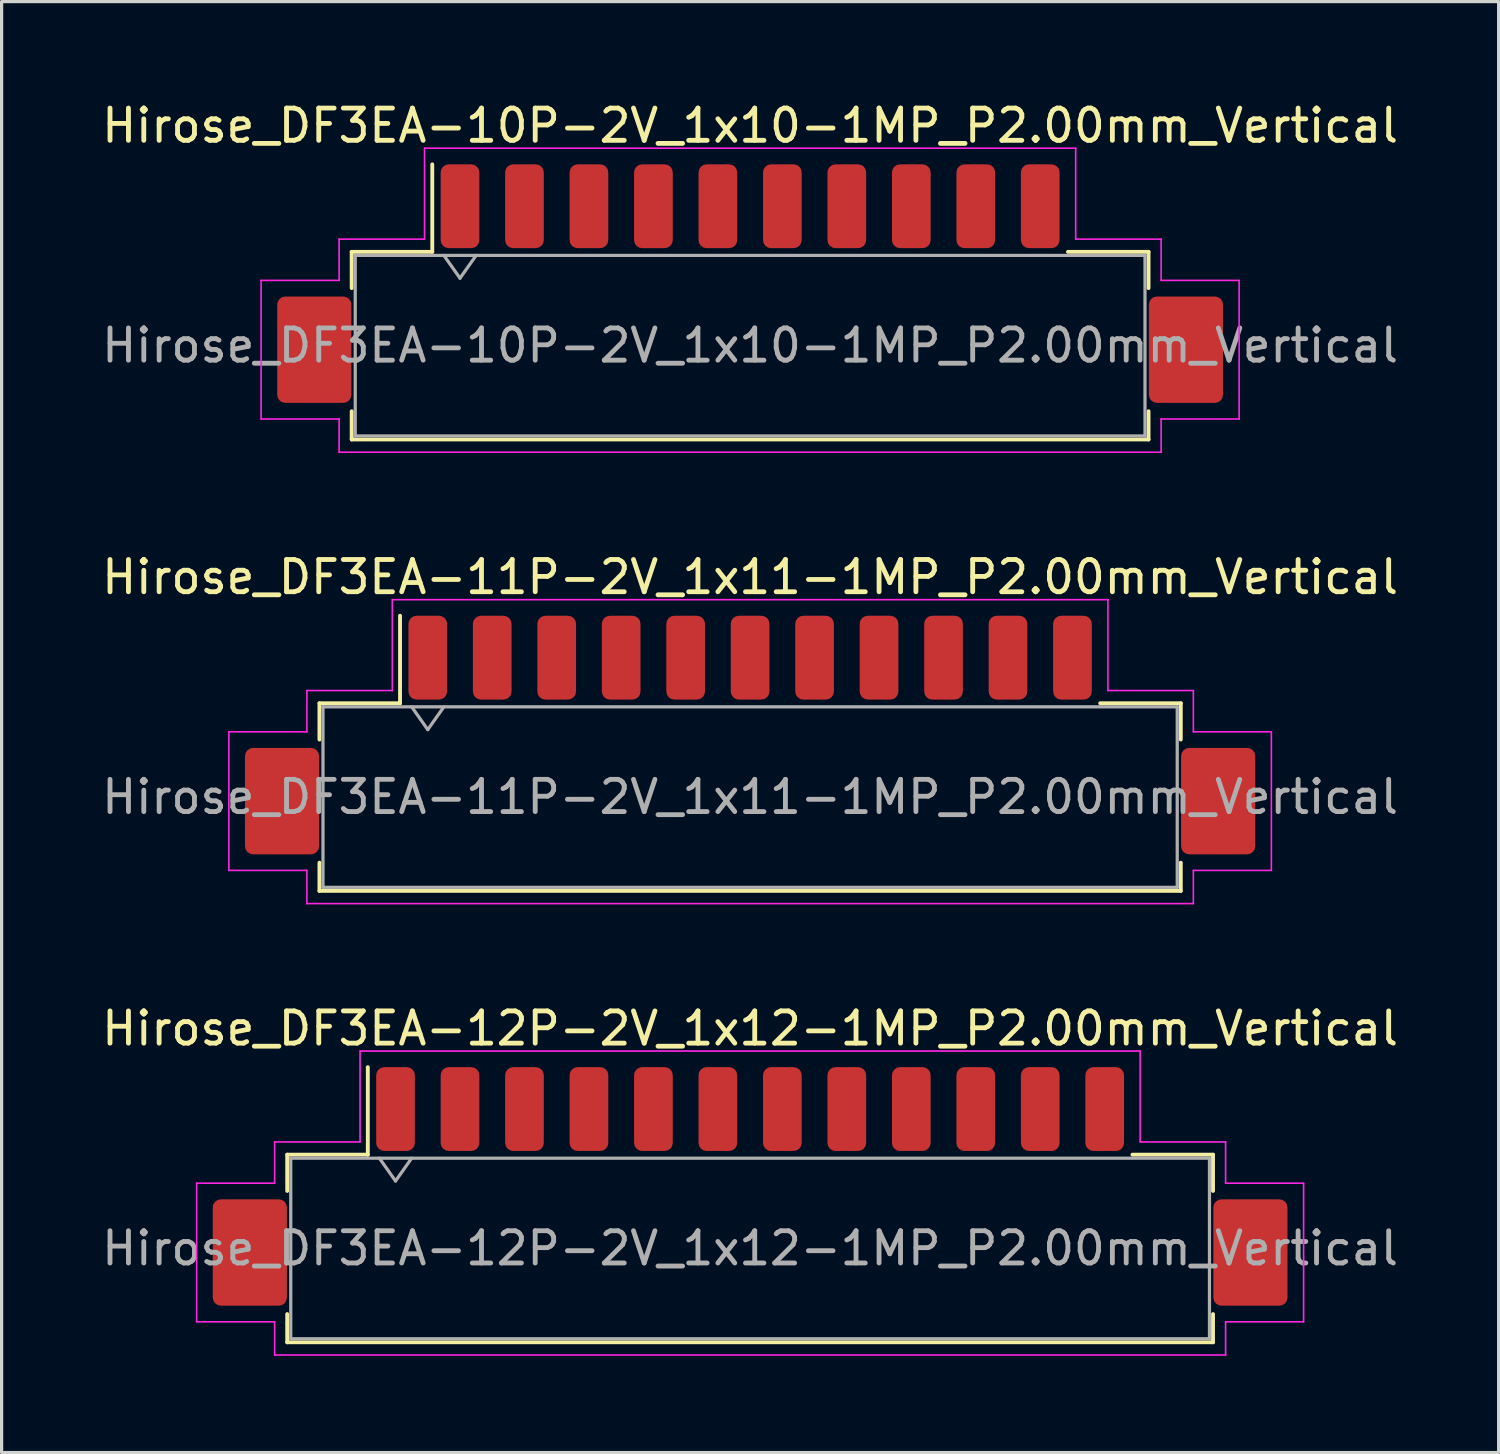
<source format=kicad_pcb>
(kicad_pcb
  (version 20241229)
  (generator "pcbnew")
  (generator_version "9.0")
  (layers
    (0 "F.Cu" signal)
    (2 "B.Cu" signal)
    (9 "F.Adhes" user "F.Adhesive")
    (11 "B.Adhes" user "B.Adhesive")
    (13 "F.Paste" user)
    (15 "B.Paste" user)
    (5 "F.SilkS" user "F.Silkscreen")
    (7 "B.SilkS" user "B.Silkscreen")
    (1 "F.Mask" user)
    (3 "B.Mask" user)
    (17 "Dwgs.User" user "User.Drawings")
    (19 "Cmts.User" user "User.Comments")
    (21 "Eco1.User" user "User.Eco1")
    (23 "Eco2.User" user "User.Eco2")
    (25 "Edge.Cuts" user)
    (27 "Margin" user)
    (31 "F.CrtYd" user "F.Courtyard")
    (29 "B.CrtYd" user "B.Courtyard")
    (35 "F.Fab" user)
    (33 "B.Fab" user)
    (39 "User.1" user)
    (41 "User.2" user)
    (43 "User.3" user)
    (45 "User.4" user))
  (footprint "Hirose_DF3EA-11P-2V_1x11-1MP_P2.00mm_Vertical"
    (layer "F.Cu")
    (at 20.22 19.752)
    (property "Reference" "Hirose_DF3EA-11P-2V_1x11-1MP_P2.00mm_Vertical" (at 0 -4.9 0) (layer "F.SilkS") (effects (font (size 1 1) (thickness 0.15))))
    (attr smd)
    (fp_line (start -13.36 -0.985) (end -10.86 -0.985) (stroke (width 0.12) (type solid)) (layer "F.SilkS"))
    (fp_line (start -13.36 0.14) (end -13.36 -0.985) (stroke (width 0.12) (type solid)) (layer "F.SilkS"))
    (fp_line (start -13.36 3.96) (end -13.36 4.835) (stroke (width 0.12) (type solid)) (layer "F.SilkS"))
    (fp_line (start -13.36 4.835) (end 13.36 4.835) (stroke (width 0.12) (type solid)) (layer "F.SilkS"))
    (fp_line (start -10.86 -0.985) (end -10.86 -3.7) (stroke (width 0.12) (type solid)) (layer "F.SilkS"))
    (fp_line (start 13.36 -0.985) (end 10.86 -0.985) (stroke (width 0.12) (type solid)) (layer "F.SilkS"))
    (fp_line (start 13.36 0.14) (end 13.36 -0.985) (stroke (width 0.12) (type solid)) (layer "F.SilkS"))
    (fp_line (start 13.36 4.835) (end 13.36 3.96) (stroke (width 0.12) (type solid)) (layer "F.SilkS"))
    (fp_line (start -16.17 -0.1) (end -13.75 -0.1) (stroke (width 0.05) (type solid)) (layer "F.CrtYd"))
    (fp_line (start -16.17 4.2) (end -16.17 -0.1) (stroke (width 0.05) (type solid)) (layer "F.CrtYd"))
    (fp_line (start -13.75 -1.38) (end -11.1 -1.38) (stroke (width 0.05) (type solid)) (layer "F.CrtYd"))
    (fp_line (start -13.75 -0.1) (end -13.75 -1.38) (stroke (width 0.05) (type solid)) (layer "F.CrtYd"))
    (fp_line (start -13.75 4.2) (end -16.17 4.2) (stroke (width 0.05) (type solid)) (layer "F.CrtYd"))
    (fp_line (start -13.75 5.23) (end -13.75 4.2) (stroke (width 0.05) (type solid)) (layer "F.CrtYd"))
    (fp_line (start -11.1 -4.2) (end 11.1 -4.2) (stroke (width 0.05) (type solid)) (layer "F.CrtYd"))
    (fp_line (start -11.1 -1.38) (end -11.1 -4.2) (stroke (width 0.05) (type solid)) (layer "F.CrtYd"))
    (fp_line (start 11.1 -4.2) (end 11.1 -1.38) (stroke (width 0.05) (type solid)) (layer "F.CrtYd"))
    (fp_line (start 11.1 -1.38) (end 13.75 -1.38) (stroke (width 0.05) (type solid)) (layer "F.CrtYd"))
    (fp_line (start 13.75 -1.38) (end 13.75 -0.1) (stroke (width 0.05) (type solid)) (layer "F.CrtYd"))
    (fp_line (start 13.75 -0.1) (end 16.17 -0.1) (stroke (width 0.05) (type solid)) (layer "F.CrtYd"))
    (fp_line (start 13.75 4.2) (end 13.75 5.23) (stroke (width 0.05) (type solid)) (layer "F.CrtYd"))
    (fp_line (start 13.75 5.23) (end -13.75 5.23) (stroke (width 0.05) (type solid)) (layer "F.CrtYd"))
    (fp_line (start 16.17 -0.1) (end 16.17 4.2) (stroke (width 0.05) (type solid)) (layer "F.CrtYd"))
    (fp_line (start 16.17 4.2) (end 13.75 4.2) (stroke (width 0.05) (type solid)) (layer "F.CrtYd"))
    (fp_line (start -13.25 -0.875) (end -13.25 4.725) (stroke (width 0.1) (type solid)) (layer "F.Fab"))
    (fp_line (start -13.25 -0.875) (end 13.25 -0.875) (stroke (width 0.1) (type solid)) (layer "F.Fab"))
    (fp_line (start -13.25 4.725) (end 13.25 4.725) (stroke (width 0.1) (type solid)) (layer "F.Fab"))
    (fp_line (start -10.5 -0.875) (end -10 -0.168) (stroke (width 0.1) (type solid)) (layer "F.Fab"))
    (fp_line (start -10 -0.168) (end -9.5 -0.875) (stroke (width 0.1) (type solid)) (layer "F.Fab"))
    (fp_line (start 13.25 -0.875) (end 13.25 4.725) (stroke (width 0.1) (type solid)) (layer "F.Fab"))
    (fp_text user "${REFERENCE}" (at 0 1.92 0) (layer "F.Fab") (effects (font (size 1 1) (thickness 0.15))))
    (pad "1" smd roundrect (at -10 -2.4) (size 1.2 2.6) (layers "F.Cu" "F.Mask" "F.Paste") (roundrect_rratio 0.208))
    (pad "2" smd roundrect (at -8 -2.4) (size 1.2 2.6) (layers "F.Cu" "F.Mask" "F.Paste") (roundrect_rratio 0.208))
    (pad "3" smd roundrect (at -6 -2.4) (size 1.2 2.6) (layers "F.Cu" "F.Mask" "F.Paste") (roundrect_rratio 0.208))
    (pad "4" smd roundrect (at -4 -2.4) (size 1.2 2.6) (layers "F.Cu" "F.Mask" "F.Paste") (roundrect_rratio 0.208))
    (pad "5" smd roundrect (at -2 -2.4) (size 1.2 2.6) (layers "F.Cu" "F.Mask" "F.Paste") (roundrect_rratio 0.208))
    (pad "6" smd roundrect (at 0 -2.4) (size 1.2 2.6) (layers "F.Cu" "F.Mask" "F.Paste") (roundrect_rratio 0.208))
    (pad "7" smd roundrect (at 2 -2.4) (size 1.2 2.6) (layers "F.Cu" "F.Mask" "F.Paste") (roundrect_rratio 0.208))
    (pad "8" smd roundrect (at 4 -2.4) (size 1.2 2.6) (layers "F.Cu" "F.Mask" "F.Paste") (roundrect_rratio 0.208))
    (pad "9" smd roundrect (at 6 -2.4) (size 1.2 2.6) (layers "F.Cu" "F.Mask" "F.Paste") (roundrect_rratio 0.208))
    (pad "10" smd roundrect (at 8 -2.4) (size 1.2 2.6) (layers "F.Cu" "F.Mask" "F.Paste") (roundrect_rratio 0.208))
    (pad "11" smd roundrect (at 10 -2.4) (size 1.2 2.6) (layers "F.Cu" "F.Mask" "F.Paste") (roundrect_rratio 0.208))
    (pad "MP" smd roundrect (at -14.52 2.05) (size 2.3 3.3) (layers "F.Cu" "F.Mask" "F.Paste") (roundrect_rratio 0.109))
    (pad "MP" smd roundrect (at 14.52 2.05) (size 2.3 3.3) (layers "F.Cu" "F.Mask" "F.Paste") (roundrect_rratio 0.109)))
  (footprint "Hirose_DF3EA-12P-2V_1x12-1MP_P2.00mm_Vertical"
    (layer "F.Cu")
    (at 20.22 33.755)
    (property "Reference" "Hirose_DF3EA-12P-2V_1x12-1MP_P2.00mm_Vertical" (at 0 -4.9 0) (layer "F.SilkS") (effects (font (size 1 1) (thickness 0.15))))
    (attr smd)
    (fp_line (start -14.36 -0.985) (end -11.86 -0.985) (stroke (width 0.12) (type solid)) (layer "F.SilkS"))
    (fp_line (start -14.36 0.14) (end -14.36 -0.985) (stroke (width 0.12) (type solid)) (layer "F.SilkS"))
    (fp_line (start -14.36 3.96) (end -14.36 4.835) (stroke (width 0.12) (type solid)) (layer "F.SilkS"))
    (fp_line (start -14.36 4.835) (end 14.36 4.835) (stroke (width 0.12) (type solid)) (layer "F.SilkS"))
    (fp_line (start -11.86 -0.985) (end -11.86 -3.7) (stroke (width 0.12) (type solid)) (layer "F.SilkS"))
    (fp_line (start 14.36 -0.985) (end 11.86 -0.985) (stroke (width 0.12) (type solid)) (layer "F.SilkS"))
    (fp_line (start 14.36 0.14) (end 14.36 -0.985) (stroke (width 0.12) (type solid)) (layer "F.SilkS"))
    (fp_line (start 14.36 4.835) (end 14.36 3.96) (stroke (width 0.12) (type solid)) (layer "F.SilkS"))
    (fp_line (start -17.17 -0.1) (end -14.75 -0.1) (stroke (width 0.05) (type solid)) (layer "F.CrtYd"))
    (fp_line (start -17.17 4.2) (end -17.17 -0.1) (stroke (width 0.05) (type solid)) (layer "F.CrtYd"))
    (fp_line (start -14.75 -1.38) (end -12.1 -1.38) (stroke (width 0.05) (type solid)) (layer "F.CrtYd"))
    (fp_line (start -14.75 -0.1) (end -14.75 -1.38) (stroke (width 0.05) (type solid)) (layer "F.CrtYd"))
    (fp_line (start -14.75 4.2) (end -17.17 4.2) (stroke (width 0.05) (type solid)) (layer "F.CrtYd"))
    (fp_line (start -14.75 5.23) (end -14.75 4.2) (stroke (width 0.05) (type solid)) (layer "F.CrtYd"))
    (fp_line (start -12.1 -4.2) (end 12.1 -4.2) (stroke (width 0.05) (type solid)) (layer "F.CrtYd"))
    (fp_line (start -12.1 -1.38) (end -12.1 -4.2) (stroke (width 0.05) (type solid)) (layer "F.CrtYd"))
    (fp_line (start 12.1 -4.2) (end 12.1 -1.38) (stroke (width 0.05) (type solid)) (layer "F.CrtYd"))
    (fp_line (start 12.1 -1.38) (end 14.75 -1.38) (stroke (width 0.05) (type solid)) (layer "F.CrtYd"))
    (fp_line (start 14.75 -1.38) (end 14.75 -0.1) (stroke (width 0.05) (type solid)) (layer "F.CrtYd"))
    (fp_line (start 14.75 -0.1) (end 17.17 -0.1) (stroke (width 0.05) (type solid)) (layer "F.CrtYd"))
    (fp_line (start 14.75 4.2) (end 14.75 5.23) (stroke (width 0.05) (type solid)) (layer "F.CrtYd"))
    (fp_line (start 14.75 5.23) (end -14.75 5.23) (stroke (width 0.05) (type solid)) (layer "F.CrtYd"))
    (fp_line (start 17.17 -0.1) (end 17.17 4.2) (stroke (width 0.05) (type solid)) (layer "F.CrtYd"))
    (fp_line (start 17.17 4.2) (end 14.75 4.2) (stroke (width 0.05) (type solid)) (layer "F.CrtYd"))
    (fp_line (start -14.25 -0.875) (end -14.25 4.725) (stroke (width 0.1) (type solid)) (layer "F.Fab"))
    (fp_line (start -14.25 -0.875) (end 14.25 -0.875) (stroke (width 0.1) (type solid)) (layer "F.Fab"))
    (fp_line (start -14.25 4.725) (end 14.25 4.725) (stroke (width 0.1) (type solid)) (layer "F.Fab"))
    (fp_line (start -11.5 -0.875) (end -11 -0.168) (stroke (width 0.1) (type solid)) (layer "F.Fab"))
    (fp_line (start -11 -0.168) (end -10.5 -0.875) (stroke (width 0.1) (type solid)) (layer "F.Fab"))
    (fp_line (start 14.25 -0.875) (end 14.25 4.725) (stroke (width 0.1) (type solid)) (layer "F.Fab"))
    (fp_text user "${REFERENCE}" (at 0 1.92 0) (layer "F.Fab") (effects (font (size 1 1) (thickness 0.15))))
    (pad "1" smd roundrect (at -11 -2.4) (size 1.2 2.6) (layers "F.Cu" "F.Mask" "F.Paste") (roundrect_rratio 0.208))
    (pad "2" smd roundrect (at -9 -2.4) (size 1.2 2.6) (layers "F.Cu" "F.Mask" "F.Paste") (roundrect_rratio 0.208))
    (pad "3" smd roundrect (at -7 -2.4) (size 1.2 2.6) (layers "F.Cu" "F.Mask" "F.Paste") (roundrect_rratio 0.208))
    (pad "4" smd roundrect (at -5 -2.4) (size 1.2 2.6) (layers "F.Cu" "F.Mask" "F.Paste") (roundrect_rratio 0.208))
    (pad "5" smd roundrect (at -3 -2.4) (size 1.2 2.6) (layers "F.Cu" "F.Mask" "F.Paste") (roundrect_rratio 0.208))
    (pad "6" smd roundrect (at -1 -2.4) (size 1.2 2.6) (layers "F.Cu" "F.Mask" "F.Paste") (roundrect_rratio 0.208))
    (pad "7" smd roundrect (at 1 -2.4) (size 1.2 2.6) (layers "F.Cu" "F.Mask" "F.Paste") (roundrect_rratio 0.208))
    (pad "8" smd roundrect (at 3 -2.4) (size 1.2 2.6) (layers "F.Cu" "F.Mask" "F.Paste") (roundrect_rratio 0.208))
    (pad "9" smd roundrect (at 5 -2.4) (size 1.2 2.6) (layers "F.Cu" "F.Mask" "F.Paste") (roundrect_rratio 0.208))
    (pad "10" smd roundrect (at 7 -2.4) (size 1.2 2.6) (layers "F.Cu" "F.Mask" "F.Paste") (roundrect_rratio 0.208))
    (pad "11" smd roundrect (at 9 -2.4) (size 1.2 2.6) (layers "F.Cu" "F.Mask" "F.Paste") (roundrect_rratio 0.208))
    (pad "12" smd roundrect (at 11 -2.4) (size 1.2 2.6) (layers "F.Cu" "F.Mask" "F.Paste") (roundrect_rratio 0.208))
    (pad "MP" smd roundrect (at -15.52 2.05) (size 2.3 3.3) (layers "F.Cu" "F.Mask" "F.Paste") (roundrect_rratio 0.109))
    (pad "MP" smd roundrect (at 15.52 2.05) (size 2.3 3.3) (layers "F.Cu" "F.Mask" "F.Paste") (roundrect_rratio 0.109)))
  (footprint "Hirose_DF3EA-10P-2V_1x10-1MP_P2.00mm_Vertical"
    (layer "F.Cu")
    (at 20.22 5.748)
    (property "Reference" "Hirose_DF3EA-10P-2V_1x10-1MP_P2.00mm_Vertical" (at 0 -4.9 0) (layer "F.SilkS") (effects (font (size 1 1) (thickness 0.15))))
    (attr smd)
    (fp_line (start -12.36 -0.985) (end -9.86 -0.985) (stroke (width 0.12) (type solid)) (layer "F.SilkS"))
    (fp_line (start -12.36 0.14) (end -12.36 -0.985) (stroke (width 0.12) (type solid)) (layer "F.SilkS"))
    (fp_line (start -12.36 3.96) (end -12.36 4.835) (stroke (width 0.12) (type solid)) (layer "F.SilkS"))
    (fp_line (start -12.36 4.835) (end 12.36 4.835) (stroke (width 0.12) (type solid)) (layer "F.SilkS"))
    (fp_line (start -9.86 -0.985) (end -9.86 -3.7) (stroke (width 0.12) (type solid)) (layer "F.SilkS"))
    (fp_line (start 12.36 -0.985) (end 9.86 -0.985) (stroke (width 0.12) (type solid)) (layer "F.SilkS"))
    (fp_line (start 12.36 0.14) (end 12.36 -0.985) (stroke (width 0.12) (type solid)) (layer "F.SilkS"))
    (fp_line (start 12.36 4.835) (end 12.36 3.96) (stroke (width 0.12) (type solid)) (layer "F.SilkS"))
    (fp_line (start -15.17 -0.1) (end -12.75 -0.1) (stroke (width 0.05) (type solid)) (layer "F.CrtYd"))
    (fp_line (start -15.17 4.2) (end -15.17 -0.1) (stroke (width 0.05) (type solid)) (layer "F.CrtYd"))
    (fp_line (start -12.75 -1.38) (end -10.1 -1.38) (stroke (width 0.05) (type solid)) (layer "F.CrtYd"))
    (fp_line (start -12.75 -0.1) (end -12.75 -1.38) (stroke (width 0.05) (type solid)) (layer "F.CrtYd"))
    (fp_line (start -12.75 4.2) (end -15.17 4.2) (stroke (width 0.05) (type solid)) (layer "F.CrtYd"))
    (fp_line (start -12.75 5.23) (end -12.75 4.2) (stroke (width 0.05) (type solid)) (layer "F.CrtYd"))
    (fp_line (start -10.1 -4.2) (end 10.1 -4.2) (stroke (width 0.05) (type solid)) (layer "F.CrtYd"))
    (fp_line (start -10.1 -1.38) (end -10.1 -4.2) (stroke (width 0.05) (type solid)) (layer "F.CrtYd"))
    (fp_line (start 10.1 -4.2) (end 10.1 -1.38) (stroke (width 0.05) (type solid)) (layer "F.CrtYd"))
    (fp_line (start 10.1 -1.38) (end 12.75 -1.38) (stroke (width 0.05) (type solid)) (layer "F.CrtYd"))
    (fp_line (start 12.75 -1.38) (end 12.75 -0.1) (stroke (width 0.05) (type solid)) (layer "F.CrtYd"))
    (fp_line (start 12.75 -0.1) (end 15.17 -0.1) (stroke (width 0.05) (type solid)) (layer "F.CrtYd"))
    (fp_line (start 12.75 4.2) (end 12.75 5.23) (stroke (width 0.05) (type solid)) (layer "F.CrtYd"))
    (fp_line (start 12.75 5.23) (end -12.75 5.23) (stroke (width 0.05) (type solid)) (layer "F.CrtYd"))
    (fp_line (start 15.17 -0.1) (end 15.17 4.2) (stroke (width 0.05) (type solid)) (layer "F.CrtYd"))
    (fp_line (start 15.17 4.2) (end 12.75 4.2) (stroke (width 0.05) (type solid)) (layer "F.CrtYd"))
    (fp_line (start -12.25 -0.875) (end -12.25 4.725) (stroke (width 0.1) (type solid)) (layer "F.Fab"))
    (fp_line (start -12.25 -0.875) (end 12.25 -0.875) (stroke (width 0.1) (type solid)) (layer "F.Fab"))
    (fp_line (start -12.25 4.725) (end 12.25 4.725) (stroke (width 0.1) (type solid)) (layer "F.Fab"))
    (fp_line (start -9.5 -0.875) (end -9 -0.168) (stroke (width 0.1) (type solid)) (layer "F.Fab"))
    (fp_line (start -9 -0.168) (end -8.5 -0.875) (stroke (width 0.1) (type solid)) (layer "F.Fab"))
    (fp_line (start 12.25 -0.875) (end 12.25 4.725) (stroke (width 0.1) (type solid)) (layer "F.Fab"))
    (fp_text user "${REFERENCE}" (at 0 1.92 0) (layer "F.Fab") (effects (font (size 1 1) (thickness 0.15))))
    (pad "1" smd roundrect (at -9 -2.4) (size 1.2 2.6) (layers "F.Cu" "F.Mask" "F.Paste") (roundrect_rratio 0.208))
    (pad "2" smd roundrect (at -7 -2.4) (size 1.2 2.6) (layers "F.Cu" "F.Mask" "F.Paste") (roundrect_rratio 0.208))
    (pad "3" smd roundrect (at -5 -2.4) (size 1.2 2.6) (layers "F.Cu" "F.Mask" "F.Paste") (roundrect_rratio 0.208))
    (pad "4" smd roundrect (at -3 -2.4) (size 1.2 2.6) (layers "F.Cu" "F.Mask" "F.Paste") (roundrect_rratio 0.208))
    (pad "5" smd roundrect (at -1 -2.4) (size 1.2 2.6) (layers "F.Cu" "F.Mask" "F.Paste") (roundrect_rratio 0.208))
    (pad "6" smd roundrect (at 1 -2.4) (size 1.2 2.6) (layers "F.Cu" "F.Mask" "F.Paste") (roundrect_rratio 0.208))
    (pad "7" smd roundrect (at 3 -2.4) (size 1.2 2.6) (layers "F.Cu" "F.Mask" "F.Paste") (roundrect_rratio 0.208))
    (pad "8" smd roundrect (at 5 -2.4) (size 1.2 2.6) (layers "F.Cu" "F.Mask" "F.Paste") (roundrect_rratio 0.208))
    (pad "9" smd roundrect (at 7 -2.4) (size 1.2 2.6) (layers "F.Cu" "F.Mask" "F.Paste") (roundrect_rratio 0.208))
    (pad "10" smd roundrect (at 9 -2.4) (size 1.2 2.6) (layers "F.Cu" "F.Mask" "F.Paste") (roundrect_rratio 0.208))
    (pad "MP" smd roundrect (at -13.52 2.05) (size 2.3 3.3) (layers "F.Cu" "F.Mask" "F.Paste") (roundrect_rratio 0.109))
    (pad "MP" smd roundrect (at 13.52 2.05) (size 2.3 3.3) (layers "F.Cu" "F.Mask" "F.Paste") (roundrect_rratio 0.109)))
  (gr_rect
    (start -3 -3)
    (end 43.44 42.01)
    (stroke (width 0.1) (type default))
    (fill no)
    (layer "Edge.Cuts")))
</source>
